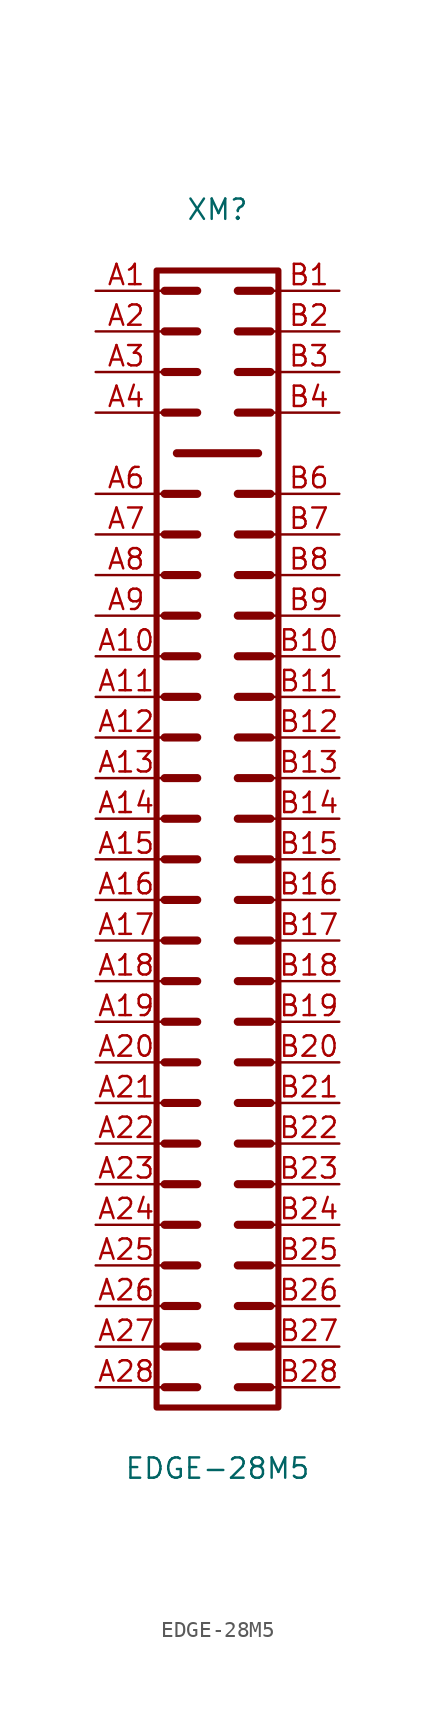
<source format=kicad_sym>
(kicad_symbol_lib
  (version 20231120)
  (generator "kicad_symbol_editor")
  (generator_version "8.0")
  (symbol "EDGE-28M5"
    (pin_names
      (offset 1.016))
    (property "Reference" "XM"
      (at 0 39.37 0)
      (effects (font (size 1.27 1.27))))
    (property "Value" "EDGE-28M5"
      (at 0 -39.37 0)
      (effects (font (size 1.27 1.27))))
    (symbol "EDGE-28M5_0_0"
      (polyline (pts (xy -2.54 24.13) (xy 2.54 24.13)) (stroke (width 0.508) (type default)) (fill (type none))))
    (symbol "EDGE-28M5_0_1"
      (rectangle (start -3.81 35.56) (end 3.81 -35.56) (stroke (width 0.381) (type default)) (fill (type none)))
      (polyline (pts (xy -3.81 -34.29) (xy -3.302 -34.29)) (stroke (width 0) (type default)) (fill (type none)))
      (polyline (pts (xy -3.81 -31.75) (xy -3.302 -31.75)) (stroke (width 0) (type default)) (fill (type none)))
      (polyline (pts (xy -3.81 -29.21) (xy -3.302 -29.21)) (stroke (width 0) (type default)) (fill (type none)))
      (polyline (pts (xy -3.81 -26.67) (xy -3.302 -26.67)) (stroke (width 0) (type default)) (fill (type none)))
      (polyline (pts (xy -3.81 -24.13) (xy -3.302 -24.13)) (stroke (width 0) (type default)) (fill (type none)))
      (polyline (pts (xy -3.81 -21.59) (xy -3.302 -21.59)) (stroke (width 0) (type default)) (fill (type none)))
      (polyline (pts (xy -3.81 -19.05) (xy -3.302 -19.05)) (stroke (width 0) (type default)) (fill (type none)))
      (polyline (pts (xy -3.81 -16.51) (xy -3.302 -16.51)) (stroke (width 0) (type default)) (fill (type none)))
      (polyline (pts (xy -3.81 -13.97) (xy -3.302 -13.97)) (stroke (width 0) (type default)) (fill (type none)))
      (polyline (pts (xy -3.81 -11.43) (xy -3.302 -11.43)) (stroke (width 0) (type default)) (fill (type none)))
      (polyline (pts (xy -3.81 -8.89) (xy -3.302 -8.89)) (stroke (width 0) (type default)) (fill (type none)))
      (polyline (pts (xy -3.81 -6.35) (xy -3.302 -6.35)) (stroke (width 0) (type default)) (fill (type none)))
      (polyline (pts (xy -3.81 -3.81) (xy -3.302 -3.81)) (stroke (width 0) (type default)) (fill (type none)))
      (polyline (pts (xy -3.81 -1.27) (xy -3.302 -1.27)) (stroke (width 0) (type default)) (fill (type none)))
      (polyline (pts (xy -3.81 1.27) (xy -3.302 1.27)) (stroke (width 0) (type default)) (fill (type none)))
      (polyline (pts (xy -3.81 3.81) (xy -3.302 3.81)) (stroke (width 0) (type default)) (fill (type none)))
      (polyline (pts (xy -3.81 6.35) (xy -3.302 6.35)) (stroke (width 0) (type default)) (fill (type none)))
      (polyline (pts (xy -3.81 8.89) (xy -3.302 8.89)) (stroke (width 0) (type default)) (fill (type none)))
      (polyline (pts (xy -3.81 11.43) (xy -3.302 11.43)) (stroke (width 0) (type default)) (fill (type none)))
      (polyline (pts (xy -3.81 13.97) (xy -3.302 13.97)) (stroke (width 0) (type default)) (fill (type none)))
      (polyline (pts (xy -3.81 16.51) (xy -3.302 16.51)) (stroke (width 0) (type default)) (fill (type none)))
      (polyline (pts (xy -3.81 19.05) (xy -3.302 19.05)) (stroke (width 0) (type default)) (fill (type none)))
      (polyline (pts (xy -3.81 21.59) (xy -3.302 21.59)) (stroke (width 0) (type default)) (fill (type none)))
      (polyline (pts (xy -3.81 26.67) (xy -3.302 26.67)) (stroke (width 0) (type default)) (fill (type none)))
      (polyline (pts (xy -3.81 29.21) (xy -3.302 29.21)) (stroke (width 0) (type default)) (fill (type none)))
      (polyline (pts (xy -3.81 31.75) (xy -3.302 31.75)) (stroke (width 0) (type default)) (fill (type none)))
      (polyline (pts (xy -3.81 34.29) (xy -3.302 34.29)) (stroke (width 0) (type default)) (fill (type none)))
      (polyline (pts (xy -3.302 -34.29) (xy -1.27 -34.29)) (stroke (width 0.508) (type default)) (fill (type none)))
      (polyline (pts (xy -3.302 -31.75) (xy -1.27 -31.75)) (stroke (width 0.508) (type default)) (fill (type none)))
      (polyline (pts (xy -3.302 -29.21) (xy -1.27 -29.21)) (stroke (width 0.508) (type default)) (fill (type none)))
      (polyline (pts (xy -3.302 -26.67) (xy -1.27 -26.67)) (stroke (width 0.508) (type default)) (fill (type none)))
      (polyline (pts (xy -3.302 -24.13) (xy -1.27 -24.13)) (stroke (width 0.508) (type default)) (fill (type none)))
      (polyline (pts (xy -3.302 -21.59) (xy -1.27 -21.59)) (stroke (width 0.508) (type default)) (fill (type none)))
      (polyline (pts (xy -3.302 -19.05) (xy -1.27 -19.05)) (stroke (width 0.508) (type default)) (fill (type none)))
      (polyline (pts (xy -3.302 -16.51) (xy -1.27 -16.51)) (stroke (width 0.508) (type default)) (fill (type none)))
      (polyline (pts (xy -3.302 -13.97) (xy -1.27 -13.97)) (stroke (width 0.508) (type default)) (fill (type none)))
      (polyline (pts (xy -3.302 -11.43) (xy -1.27 -11.43)) (stroke (width 0.508) (type default)) (fill (type none)))
      (polyline (pts (xy -3.302 -8.89) (xy -1.27 -8.89)) (stroke (width 0.508) (type default)) (fill (type none)))
      (polyline (pts (xy -3.302 -6.35) (xy -1.27 -6.35)) (stroke (width 0.508) (type default)) (fill (type none)))
      (polyline (pts (xy -3.302 -3.81) (xy -1.27 -3.81)) (stroke (width 0.508) (type default)) (fill (type none)))
      (polyline (pts (xy -3.302 -1.27) (xy -1.27 -1.27)) (stroke (width 0.508) (type default)) (fill (type none)))
      (polyline (pts (xy -3.302 1.27) (xy -1.27 1.27)) (stroke (width 0.508) (type default)) (fill (type none)))
      (polyline (pts (xy -3.302 3.81) (xy -1.27 3.81)) (stroke (width 0.508) (type default)) (fill (type none)))
      (polyline (pts (xy -3.302 6.35) (xy -1.27 6.35)) (stroke (width 0.508) (type default)) (fill (type none)))
      (polyline (pts (xy -3.302 8.89) (xy -1.27 8.89)) (stroke (width 0.508) (type default)) (fill (type none)))
      (polyline (pts (xy -3.302 11.43) (xy -1.27 11.43)) (stroke (width 0.508) (type default)) (fill (type none)))
      (polyline (pts (xy -3.302 13.97) (xy -1.27 13.97)) (stroke (width 0.508) (type default)) (fill (type none)))
      (polyline (pts (xy -3.302 16.51) (xy -1.27 16.51)) (stroke (width 0.508) (type default)) (fill (type none)))
      (polyline (pts (xy -3.302 19.05) (xy -1.27 19.05)) (stroke (width 0.508) (type default)) (fill (type none)))
      (polyline (pts (xy -3.302 21.59) (xy -1.27 21.59)) (stroke (width 0.508) (type default)) (fill (type none)))
      (polyline (pts (xy -3.302 26.67) (xy -1.27 26.67)) (stroke (width 0.508) (type default)) (fill (type none)))
      (polyline (pts (xy -3.302 29.21) (xy -1.27 29.21)) (stroke (width 0.508) (type default)) (fill (type none)))
      (polyline (pts (xy -3.302 31.75) (xy -1.27 31.75)) (stroke (width 0.508) (type default)) (fill (type none)))
      (polyline (pts (xy -3.302 34.29) (xy -1.27 34.29)) (stroke (width 0.508) (type default)) (fill (type none)))
      (polyline (pts (xy 3.302 -34.29) (xy 1.27 -34.29)) (stroke (width 0.508) (type default)) (fill (type none)))
      (polyline (pts (xy 3.302 -31.75) (xy 1.27 -31.75)) (stroke (width 0.508) (type default)) (fill (type none)))
      (polyline (pts (xy 3.302 -29.21) (xy 1.27 -29.21)) (stroke (width 0.508) (type default)) (fill (type none)))
      (polyline (pts (xy 3.302 -26.67) (xy 1.27 -26.67)) (stroke (width 0.508) (type default)) (fill (type none)))
      (polyline (pts (xy 3.302 -24.13) (xy 1.27 -24.13)) (stroke (width 0.508) (type default)) (fill (type none)))
      (polyline (pts (xy 3.302 -21.59) (xy 1.27 -21.59)) (stroke (width 0.508) (type default)) (fill (type none)))
      (polyline (pts (xy 3.302 -19.05) (xy 1.27 -19.05)) (stroke (width 0.508) (type default)) (fill (type none)))
      (polyline (pts (xy 3.302 -16.51) (xy 1.27 -16.51)) (stroke (width 0.508) (type default)) (fill (type none)))
      (polyline (pts (xy 3.302 -13.97) (xy 1.27 -13.97)) (stroke (width 0.508) (type default)) (fill (type none)))
      (polyline (pts (xy 3.302 -11.43) (xy 1.27 -11.43)) (stroke (width 0.508) (type default)) (fill (type none)))
      (polyline (pts (xy 3.302 -8.89) (xy 1.27 -8.89)) (stroke (width 0.508) (type default)) (fill (type none)))
      (polyline (pts (xy 3.302 -6.35) (xy 1.27 -6.35)) (stroke (width 0.508) (type default)) (fill (type none)))
      (polyline (pts (xy 3.302 -3.81) (xy 1.27 -3.81)) (stroke (width 0.508) (type default)) (fill (type none)))
      (polyline (pts (xy 3.302 -1.27) (xy 1.27 -1.27)) (stroke (width 0.508) (type default)) (fill (type none)))
      (polyline (pts (xy 3.302 1.27) (xy 1.27 1.27)) (stroke (width 0.508) (type default)) (fill (type none)))
      (polyline (pts (xy 3.302 3.81) (xy 1.27 3.81)) (stroke (width 0.508) (type default)) (fill (type none)))
      (polyline (pts (xy 3.302 6.35) (xy 1.27 6.35)) (stroke (width 0.508) (type default)) (fill (type none)))
      (polyline (pts (xy 3.302 8.89) (xy 1.27 8.89)) (stroke (width 0.508) (type default)) (fill (type none)))
      (polyline (pts (xy 3.302 11.43) (xy 1.27 11.43)) (stroke (width 0.508) (type default)) (fill (type none)))
      (polyline (pts (xy 3.302 13.97) (xy 1.27 13.97)) (stroke (width 0.508) (type default)) (fill (type none)))
      (polyline (pts (xy 3.302 16.51) (xy 1.27 16.51)) (stroke (width 0.508) (type default)) (fill (type none)))
      (polyline (pts (xy 3.302 19.05) (xy 1.27 19.05)) (stroke (width 0.508) (type default)) (fill (type none)))
      (polyline (pts (xy 3.302 21.59) (xy 1.27 21.59)) (stroke (width 0.508) (type default)) (fill (type none)))
      (polyline (pts (xy 3.302 26.67) (xy 1.27 26.67)) (stroke (width 0.508) (type default)) (fill (type none)))
      (polyline (pts (xy 3.302 29.21) (xy 1.27 29.21)) (stroke (width 0.508) (type default)) (fill (type none)))
      (polyline (pts (xy 3.302 31.75) (xy 1.27 31.75)) (stroke (width 0.508) (type default)) (fill (type none)))
      (polyline (pts (xy 3.302 34.29) (xy 1.27 34.29)) (stroke (width 0.508) (type default)) (fill (type none)))
      (polyline (pts (xy 3.81 -34.29) (xy 3.302 -34.29)) (stroke (width 0) (type default)) (fill (type none)))
      (polyline (pts (xy 3.81 -31.75) (xy 3.302 -31.75)) (stroke (width 0) (type default)) (fill (type none)))
      (polyline (pts (xy 3.81 -29.21) (xy 3.302 -29.21)) (stroke (width 0) (type default)) (fill (type none)))
      (polyline (pts (xy 3.81 -26.67) (xy 3.302 -26.67)) (stroke (width 0) (type default)) (fill (type none)))
      (polyline (pts (xy 3.81 -24.13) (xy 3.302 -24.13)) (stroke (width 0) (type default)) (fill (type none)))
      (polyline (pts (xy 3.81 -21.59) (xy 3.302 -21.59)) (stroke (width 0) (type default)) (fill (type none)))
      (polyline (pts (xy 3.81 -19.05) (xy 3.302 -19.05)) (stroke (width 0) (type default)) (fill (type none)))
      (polyline (pts (xy 3.81 -16.51) (xy 3.302 -16.51)) (stroke (width 0) (type default)) (fill (type none)))
      (polyline (pts (xy 3.81 -13.97) (xy 3.302 -13.97)) (stroke (width 0) (type default)) (fill (type none)))
      (polyline (pts (xy 3.81 -11.43) (xy 3.302 -11.43)) (stroke (width 0) (type default)) (fill (type none)))
      (polyline (pts (xy 3.81 -8.89) (xy 3.302 -8.89)) (stroke (width 0) (type default)) (fill (type none)))
      (polyline (pts (xy 3.81 -6.35) (xy 3.302 -6.35)) (stroke (width 0) (type default)) (fill (type none)))
      (polyline (pts (xy 3.81 -3.81) (xy 3.302 -3.81)) (stroke (width 0) (type default)) (fill (type none)))
      (polyline (pts (xy 3.81 -1.27) (xy 3.302 -1.27)) (stroke (width 0) (type default)) (fill (type none)))
      (polyline (pts (xy 3.81 1.27) (xy 3.302 1.27)) (stroke (width 0) (type default)) (fill (type none)))
      (polyline (pts (xy 3.81 3.81) (xy 3.302 3.81)) (stroke (width 0) (type default)) (fill (type none)))
      (polyline (pts (xy 3.81 6.35) (xy 3.302 6.35)) (stroke (width 0) (type default)) (fill (type none)))
      (polyline (pts (xy 3.81 8.89) (xy 3.302 8.89)) (stroke (width 0) (type default)) (fill (type none)))
      (polyline (pts (xy 3.81 11.43) (xy 3.302 11.43)) (stroke (width 0) (type default)) (fill (type none)))
      (polyline (pts (xy 3.81 13.97) (xy 3.302 13.97)) (stroke (width 0) (type default)) (fill (type none)))
      (polyline (pts (xy 3.81 16.51) (xy 3.302 16.51)) (stroke (width 0) (type default)) (fill (type none)))
      (polyline (pts (xy 3.81 19.05) (xy 3.302 19.05)) (stroke (width 0) (type default)) (fill (type none)))
      (polyline (pts (xy 3.81 21.59) (xy 3.302 21.59)) (stroke (width 0) (type default)) (fill (type none)))
      (polyline (pts (xy 3.81 26.67) (xy 3.302 26.67)) (stroke (width 0) (type default)) (fill (type none)))
      (polyline (pts (xy 3.81 29.21) (xy 3.302 29.21)) (stroke (width 0) (type default)) (fill (type none)))
      (polyline (pts (xy 3.81 31.75) (xy 3.302 31.75)) (stroke (width 0) (type default)) (fill (type none)))
      (polyline (pts (xy 3.81 34.29) (xy 3.302 34.29)) (stroke (width 0) (type default)) (fill (type none))))
    (symbol "EDGE-28M5_1_1"
      (pin passive line (at -7.62 34.29 0) (length 3.81) (name "~" (effects (font (size 1.27 1.27)))) (number "A1" (effects (font (size 1.27 1.27)))))
      (pin passive line (at -7.62 11.43 0) (length 3.81) (name "~" (effects (font (size 1.27 1.27)))) (number "A10" (effects (font (size 1.27 1.27)))))
      (pin passive line (at -7.62 8.89 0) (length 3.81) (name "~" (effects (font (size 1.27 1.27)))) (number "A11" (effects (font (size 1.27 1.27)))))
      (pin passive line (at -7.62 6.35 0) (length 3.81) (name "~" (effects (font (size 1.27 1.27)))) (number "A12" (effects (font (size 1.27 1.27)))))
      (pin passive line (at -7.62 3.81 0) (length 3.81) (name "~" (effects (font (size 1.27 1.27)))) (number "A13" (effects (font (size 1.27 1.27)))))
      (pin passive line (at -7.62 1.27 0) (length 3.81) (name "~" (effects (font (size 1.27 1.27)))) (number "A14" (effects (font (size 1.27 1.27)))))
      (pin passive line (at -7.62 -1.27 0) (length 3.81) (name "~" (effects (font (size 1.27 1.27)))) (number "A15" (effects (font (size 1.27 1.27)))))
      (pin passive line (at -7.62 -3.81 0) (length 3.81) (name "~" (effects (font (size 1.27 1.27)))) (number "A16" (effects (font (size 1.27 1.27)))))
      (pin passive line (at -7.62 -6.35 0) (length 3.81) (name "~" (effects (font (size 1.27 1.27)))) (number "A17" (effects (font (size 1.27 1.27)))))
      (pin passive line (at -7.62 -8.89 0) (length 3.81) (name "~" (effects (font (size 1.27 1.27)))) (number "A18" (effects (font (size 1.27 1.27)))))
      (pin passive line (at -7.62 -11.43 0) (length 3.81) (name "~" (effects (font (size 1.27 1.27)))) (number "A19" (effects (font (size 1.27 1.27)))))
      (pin passive line (at -7.62 31.75 0) (length 3.81) (name "~" (effects (font (size 1.27 1.27)))) (number "A2" (effects (font (size 1.27 1.27)))))
      (pin passive line (at -7.62 -13.97 0) (length 3.81) (name "~" (effects (font (size 1.27 1.27)))) (number "A20" (effects (font (size 1.27 1.27)))))
      (pin passive line (at -7.62 -16.51 0) (length 3.81) (name "~" (effects (font (size 1.27 1.27)))) (number "A21" (effects (font (size 1.27 1.27)))))
      (pin passive line (at -7.62 -19.05 0) (length 3.81) (name "~" (effects (font (size 1.27 1.27)))) (number "A22" (effects (font (size 1.27 1.27)))))
      (pin passive line (at -7.62 -21.59 0) (length 3.81) (name "~" (effects (font (size 1.27 1.27)))) (number "A23" (effects (font (size 1.27 1.27)))))
      (pin passive line (at -7.62 -24.13 0) (length 3.81) (name "~" (effects (font (size 1.27 1.27)))) (number "A24" (effects (font (size 1.27 1.27)))))
      (pin passive line (at -7.62 -26.67 0) (length 3.81) (name "~" (effects (font (size 1.27 1.27)))) (number "A25" (effects (font (size 1.27 1.27)))))
      (pin passive line (at -7.62 -29.21 0) (length 3.81) (name "~" (effects (font (size 1.27 1.27)))) (number "A26" (effects (font (size 1.27 1.27)))))
      (pin passive line (at -7.62 -31.75 0) (length 3.81) (name "~" (effects (font (size 1.27 1.27)))) (number "A27" (effects (font (size 1.27 1.27)))))
      (pin passive line (at -7.62 -34.29 0) (length 3.81) (name "~" (effects (font (size 1.27 1.27)))) (number "A28" (effects (font (size 1.27 1.27)))))
      (pin passive line (at -7.62 29.21 0) (length 3.81) (name "~" (effects (font (size 1.27 1.27)))) (number "A3" (effects (font (size 1.27 1.27)))))
      (pin passive line (at -7.62 26.67 0) (length 3.81) (name "~" (effects (font (size 1.27 1.27)))) (number "A4" (effects (font (size 1.27 1.27)))))
      (pin passive line (at -7.62 21.59 0) (length 3.81) (name "~" (effects (font (size 1.27 1.27)))) (number "A6" (effects (font (size 1.27 1.27)))))
      (pin passive line (at -7.62 19.05 0) (length 3.81) (name "~" (effects (font (size 1.27 1.27)))) (number "A7" (effects (font (size 1.27 1.27)))))
      (pin passive line (at -7.62 16.51 0) (length 3.81) (name "~" (effects (font (size 1.27 1.27)))) (number "A8" (effects (font (size 1.27 1.27)))))
      (pin passive line (at -7.62 13.97 0) (length 3.81) (name "~" (effects (font (size 1.27 1.27)))) (number "A9" (effects (font (size 1.27 1.27)))))
      (pin passive line (at 7.62 34.29 180) (length 3.81) (name "~" (effects (font (size 1.27 1.27)))) (number "B1" (effects (font (size 1.27 1.27)))))
      (pin passive line (at 7.62 11.43 180) (length 3.81) (name "~" (effects (font (size 1.27 1.27)))) (number "B10" (effects (font (size 1.27 1.27)))))
      (pin passive line (at 7.62 8.89 180) (length 3.81) (name "~" (effects (font (size 1.27 1.27)))) (number "B11" (effects (font (size 1.27 1.27)))))
      (pin passive line (at 7.62 6.35 180) (length 3.81) (name "~" (effects (font (size 1.27 1.27)))) (number "B12" (effects (font (size 1.27 1.27)))))
      (pin passive line (at 7.62 3.81 180) (length 3.81) (name "~" (effects (font (size 1.27 1.27)))) (number "B13" (effects (font (size 1.27 1.27)))))
      (pin passive line (at 7.62 1.27 180) (length 3.81) (name "~" (effects (font (size 1.27 1.27)))) (number "B14" (effects (font (size 1.27 1.27)))))
      (pin passive line (at 7.62 -1.27 180) (length 3.81) (name "~" (effects (font (size 1.27 1.27)))) (number "B15" (effects (font (size 1.27 1.27)))))
      (pin passive line (at 7.62 -3.81 180) (length 3.81) (name "~" (effects (font (size 1.27 1.27)))) (number "B16" (effects (font (size 1.27 1.27)))))
      (pin passive line (at 7.62 -6.35 180) (length 3.81) (name "~" (effects (font (size 1.27 1.27)))) (number "B17" (effects (font (size 1.27 1.27)))))
      (pin passive line (at 7.62 -8.89 180) (length 3.81) (name "~" (effects (font (size 1.27 1.27)))) (number "B18" (effects (font (size 1.27 1.27)))))
      (pin passive line (at 7.62 -11.43 180) (length 3.81) (name "~" (effects (font (size 1.27 1.27)))) (number "B19" (effects (font (size 1.27 1.27)))))
      (pin passive line (at 7.62 31.75 180) (length 3.81) (name "~" (effects (font (size 1.27 1.27)))) (number "B2" (effects (font (size 1.27 1.27)))))
      (pin passive line (at 7.62 -13.97 180) (length 3.81) (name "~" (effects (font (size 1.27 1.27)))) (number "B20" (effects (font (size 1.27 1.27)))))
      (pin passive line (at 7.62 -16.51 180) (length 3.81) (name "~" (effects (font (size 1.27 1.27)))) (number "B21" (effects (font (size 1.27 1.27)))))
      (pin passive line (at 7.62 -19.05 180) (length 3.81) (name "~" (effects (font (size 1.27 1.27)))) (number "B22" (effects (font (size 1.27 1.27)))))
      (pin passive line (at 7.62 -21.59 180) (length 3.81) (name "~" (effects (font (size 1.27 1.27)))) (number "B23" (effects (font (size 1.27 1.27)))))
      (pin passive line (at 7.62 -24.13 180) (length 3.81) (name "~" (effects (font (size 1.27 1.27)))) (number "B24" (effects (font (size 1.27 1.27)))))
      (pin passive line (at 7.62 -26.67 180) (length 3.81) (name "~" (effects (font (size 1.27 1.27)))) (number "B25" (effects (font (size 1.27 1.27)))))
      (pin passive line (at 7.62 -29.21 180) (length 3.81) (name "~" (effects (font (size 1.27 1.27)))) (number "B26" (effects (font (size 1.27 1.27)))))
      (pin passive line (at 7.62 -31.75 180) (length 3.81) (name "~" (effects (font (size 1.27 1.27)))) (number "B27" (effects (font (size 1.27 1.27)))))
      (pin passive line (at 7.62 -34.29 180) (length 3.81) (name "~" (effects (font (size 1.27 1.27)))) (number "B28" (effects (font (size 1.27 1.27)))))
      (pin passive line (at 7.62 29.21 180) (length 3.81) (name "~" (effects (font (size 1.27 1.27)))) (number "B3" (effects (font (size 1.27 1.27)))))
      (pin passive line (at 7.62 26.67 180) (length 3.81) (name "~" (effects (font (size 1.27 1.27)))) (number "B4" (effects (font (size 1.27 1.27)))))
      (pin passive line (at 7.62 21.59 180) (length 3.81) (name "~" (effects (font (size 1.27 1.27)))) (number "B6" (effects (font (size 1.27 1.27)))))
      (pin passive line (at 7.62 19.05 180) (length 3.81) (name "~" (effects (font (size 1.27 1.27)))) (number "B7" (effects (font (size 1.27 1.27)))))
      (pin passive line (at 7.62 16.51 180) (length 3.81) (name "~" (effects (font (size 1.27 1.27)))) (number "B8" (effects (font (size 1.27 1.27)))))
      (pin passive line (at 7.62 13.97 180) (length 3.81) (name "~" (effects (font (size 1.27 1.27)))) (number "B9" (effects (font (size 1.27 1.27))))))))
</source>
